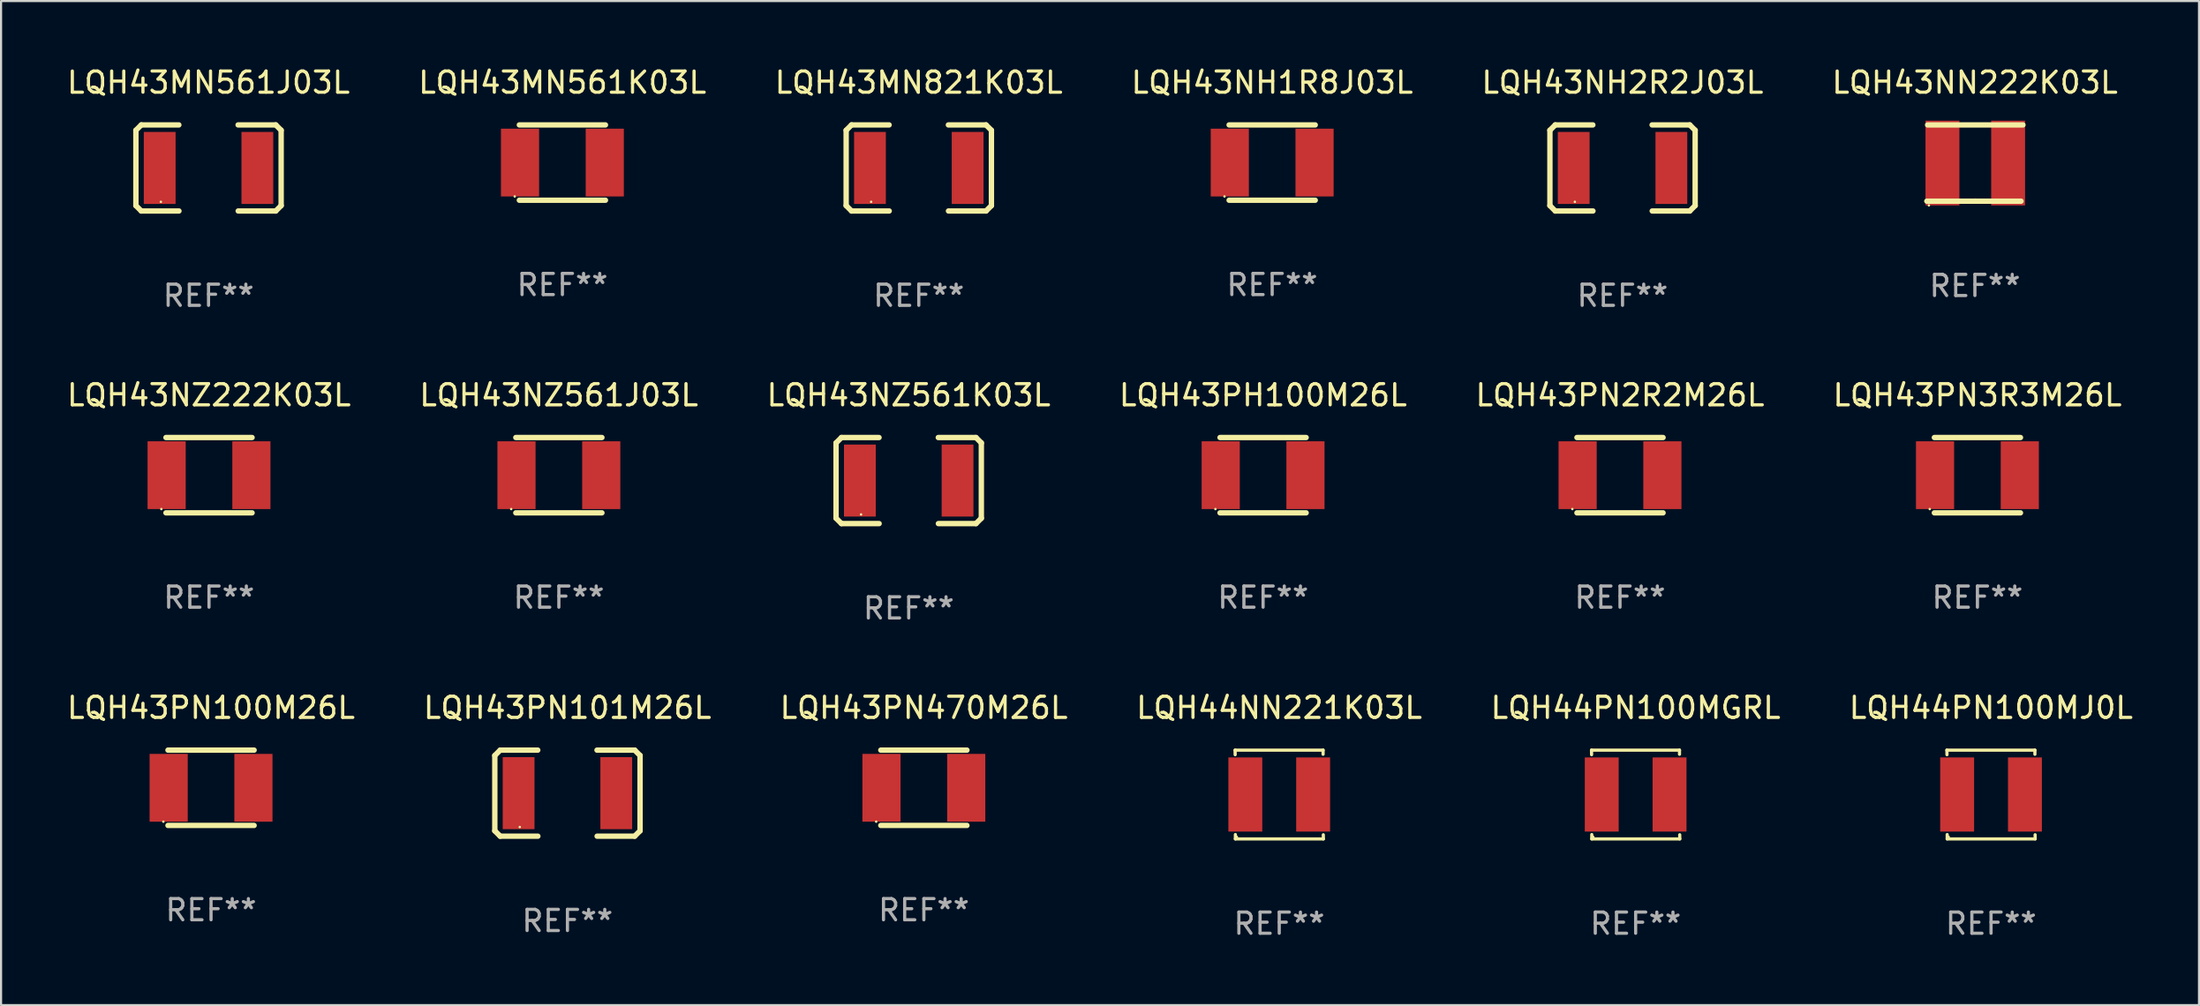
<source format=kicad_pcb>
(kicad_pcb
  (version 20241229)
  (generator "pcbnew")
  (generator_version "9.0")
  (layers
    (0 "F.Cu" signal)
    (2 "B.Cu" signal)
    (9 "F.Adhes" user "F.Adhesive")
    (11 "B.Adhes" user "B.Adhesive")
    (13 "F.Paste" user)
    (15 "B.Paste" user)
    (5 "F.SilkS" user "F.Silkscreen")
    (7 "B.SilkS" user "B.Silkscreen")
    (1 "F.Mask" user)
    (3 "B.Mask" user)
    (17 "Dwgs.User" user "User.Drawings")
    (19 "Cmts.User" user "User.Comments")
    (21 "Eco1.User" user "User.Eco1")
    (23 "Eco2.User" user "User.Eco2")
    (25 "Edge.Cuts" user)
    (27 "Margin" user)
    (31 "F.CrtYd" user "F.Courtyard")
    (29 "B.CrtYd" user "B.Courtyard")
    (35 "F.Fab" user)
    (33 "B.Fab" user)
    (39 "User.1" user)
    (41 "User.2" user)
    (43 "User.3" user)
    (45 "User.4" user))
  (footprint "LQH43PN100M26L"
    (layer "F.Cu")
    (at 6.911 34.147)
    (property "Reference" "LQH43PN100M26L" (at 0 -3.778 0) (layer "F.SilkS") (effects (font (size 1 1) (thickness 0.15))))
    (attr through_hole)
    (fp_line (start -2.032 -1.778) (end 2.032 -1.778) (stroke (width 0.254) (type solid)) (layer "F.SilkS"))
    (fp_line (start 2.032 1.778) (end -2.032 1.778) (stroke (width 0.254) (type solid)) (layer "F.SilkS"))
    (fp_circle (center -2.25 1.6) (end -2.22 1.6) (stroke (width 0.06) (type solid)) (fill no) (layer "F.SilkS"))
    (fp_text user "REF**" (at 0 5.778 0) (layer "F.Fab") (effects (font (size 1 1) (thickness 0.15))))
    (pad "1" smd rect (at -2 0) (size 1.8 3.2) (layers "F.Cu" "F.Mask" "F.Paste"))
    (pad "2" smd rect (at 2 0) (size 1.8 3.2) (layers "F.Cu" "F.Mask" "F.Paste")))
  (footprint "LQH43MN561J03L"
    (layer "F.Cu")
    (at 6.792 4.88)
    (property "Reference" "LQH43MN561J03L" (at 0 -4.032 0) (layer "F.SilkS") (effects (font (size 1 1) (thickness 0.15))))
    (attr through_hole)
    (fp_line (start -3.428 -1.778) (end -3.174 -2.032) (stroke (width 0.254) (type solid)) (layer "F.SilkS"))
    (fp_line (start -3.428 1.778) (end -3.428 -1.778) (stroke (width 0.254) (type solid)) (layer "F.SilkS"))
    (fp_line (start -3.174 -2.032) (end -1.401 -2.032) (stroke (width 0.254) (type solid)) (layer "F.SilkS"))
    (fp_line (start -3.174 2.032) (end -3.428 1.778) (stroke (width 0.254) (type solid)) (layer "F.SilkS"))
    (fp_line (start -1.396 2.032) (end -3.174 2.032) (stroke (width 0.254) (type solid)) (layer "F.SilkS"))
    (fp_line (start 1.396 -2.032) (end 3.174 -2.032) (stroke (width 0.254) (type solid)) (layer "F.SilkS"))
    (fp_line (start 3.174 -2.032) (end 3.428 -1.778) (stroke (width 0.254) (type solid)) (layer "F.SilkS"))
    (fp_line (start 3.174 2.032) (end 1.401 2.032) (stroke (width 0.254) (type solid)) (layer "F.SilkS"))
    (fp_line (start 3.428 -1.778) (end 3.428 1.778) (stroke (width 0.254) (type solid)) (layer "F.SilkS"))
    (fp_line (start 3.428 1.778) (end 3.174 2.032) (stroke (width 0.254) (type solid)) (layer "F.SilkS"))
    (fp_circle (center -2.25 1.6) (end -2.22 1.6) (stroke (width 0.06) (type solid)) (fill no) (layer "F.SilkS"))
    (fp_text user "REF**" (at 0 6.032 0) (layer "F.Fab") (effects (font (size 1 1) (thickness 0.15))))
    (pad "1" smd rect (at -2.305 0) (size 1.5 3.4) (layers "F.Cu" "F.Mask" "F.Paste"))
    (pad "2" smd rect (at 2.305 0) (size 1.5 3.4) (layers "F.Cu" "F.Mask" "F.Paste")))
  (footprint "LQH43PN470M26L"
    (layer "F.Cu")
    (at 40.554 34.147)
    (property "Reference" "LQH43PN470M26L" (at 0 -3.778 0) (layer "F.SilkS") (effects (font (size 1 1) (thickness 0.15))))
    (attr through_hole)
    (fp_line (start -2.032 -1.778) (end 2.032 -1.778) (stroke (width 0.254) (type solid)) (layer "F.SilkS"))
    (fp_line (start 2.032 1.778) (end -2.032 1.778) (stroke (width 0.254) (type solid)) (layer "F.SilkS"))
    (fp_circle (center -2.25 1.6) (end -2.22 1.6) (stroke (width 0.06) (type solid)) (fill no) (layer "F.SilkS"))
    (fp_text user "REF**" (at 0 5.778 0) (layer "F.Fab") (effects (font (size 1 1) (thickness 0.15))))
    (pad "1" smd rect (at -2 0) (size 1.8 3.2) (layers "F.Cu" "F.Mask" "F.Paste"))
    (pad "2" smd rect (at 2 0) (size 1.8 3.2) (layers "F.Cu" "F.Mask" "F.Paste")))
  (footprint "LQH43PN101M26L"
    (layer "F.Cu")
    (at 23.732 34.401)
    (property "Reference" "LQH43PN101M26L" (at 0 -4.032 0) (layer "F.SilkS") (effects (font (size 1 1) (thickness 0.15))))
    (attr through_hole)
    (fp_line (start -3.428 -1.778) (end -3.174 -2.032) (stroke (width 0.254) (type solid)) (layer "F.SilkS"))
    (fp_line (start -3.428 1.778) (end -3.428 -1.778) (stroke (width 0.254) (type solid)) (layer "F.SilkS"))
    (fp_line (start -3.174 -2.032) (end -1.401 -2.032) (stroke (width 0.254) (type solid)) (layer "F.SilkS"))
    (fp_line (start -3.174 2.032) (end -3.428 1.778) (stroke (width 0.254) (type solid)) (layer "F.SilkS"))
    (fp_line (start -1.396 2.032) (end -3.174 2.032) (stroke (width 0.254) (type solid)) (layer "F.SilkS"))
    (fp_line (start 1.396 -2.032) (end 3.174 -2.032) (stroke (width 0.254) (type solid)) (layer "F.SilkS"))
    (fp_line (start 3.174 -2.032) (end 3.428 -1.778) (stroke (width 0.254) (type solid)) (layer "F.SilkS"))
    (fp_line (start 3.174 2.032) (end 1.401 2.032) (stroke (width 0.254) (type solid)) (layer "F.SilkS"))
    (fp_line (start 3.428 -1.778) (end 3.428 1.778) (stroke (width 0.254) (type solid)) (layer "F.SilkS"))
    (fp_line (start 3.428 1.778) (end 3.174 2.032) (stroke (width 0.254) (type solid)) (layer "F.SilkS"))
    (fp_circle (center -2.25 1.6) (end -2.22 1.6) (stroke (width 0.06) (type solid)) (fill no) (layer "F.SilkS"))
    (fp_text user "REF**" (at 0 6.032 0) (layer "F.Fab") (effects (font (size 1 1) (thickness 0.15))))
    (pad "1" smd rect (at -2.305 0) (size 1.5 3.4) (layers "F.Cu" "F.Mask" "F.Paste"))
    (pad "2" smd rect (at 2.305 0) (size 1.5 3.4) (layers "F.Cu" "F.Mask" "F.Paste")))
  (footprint "LQH44NN221K03L"
    (layer "F.Cu")
    (at 57.327 34.465)
    (property "Reference" "LQH44NN221K03L" (at 0 -4.096 0) (layer "F.SilkS") (effects (font (size 1 1) (thickness 0.15))))
    (attr through_hole)
    (fp_line (start -2.083 -2.096) (end -2.08 -1.88) (stroke (width 0.15) (type solid)) (layer "F.SilkS"))
    (fp_line (start -2.07 1.89) (end -2.07 2.096) (stroke (width 0.15) (type solid)) (layer "F.SilkS"))
    (fp_line (start -2.07 2.096) (end 2.083 2.096) (stroke (width 0.15) (type solid)) (layer "F.SilkS"))
    (fp_line (start 2.07 -1.9) (end 2.07 -2.096) (stroke (width 0.15) (type solid)) (layer "F.SilkS"))
    (fp_line (start 2.07 -2.096) (end -2.083 -2.096) (stroke (width 0.15) (type solid)) (layer "F.SilkS"))
    (fp_line (start 2.083 2.096) (end 2.08 1.9) (stroke (width 0.15) (type solid)) (layer "F.SilkS"))
    (fp_circle (center -2 2) (end -1.97 2) (stroke (width 0.06) (type solid)) (fill no) (layer "F.SilkS"))
    (fp_text user "REF**" (at 0 6.096 0) (layer "F.Fab") (effects (font (size 1 1) (thickness 0.15))))
    (pad "1" smd rect (at -1.6 -0.000343) (size 1.6 3.5) (layers "F.Cu" "F.Mask" "F.Paste"))
    (pad "2" smd rect (at 1.6 -0.000343) (size 1.6 3.5) (layers "F.Cu" "F.Mask" "F.Paste")))
  (footprint "LQH43NN222K03L"
    (layer "F.Cu")
    (at 90.161 4.648)
    (property "Reference" "LQH43NN222K03L" (at 0 -3.8 0) (layer "F.SilkS") (effects (font (size 1 1) (thickness 0.15))))
    (attr through_hole)
    (fp_line (start 0.018 1.8) (end -2.268 1.8) (stroke (width 0.254) (type solid)) (layer "F.SilkS"))
    (fp_line (start 0.018 1.8) (end 2.177 1.8) (stroke (width 0.254) (type solid)) (layer "F.SilkS"))
    (fp_line (start 2.268 -1.8) (end -2.232 -1.8) (stroke (width 0.254) (type solid)) (layer "F.SilkS"))
    (fp_circle (center -2.172 2.001) (end -2.142 2.001) (stroke (width 0.06) (type solid)) (fill no) (layer "F.SilkS"))
    (fp_text user "REF**" (at 0 5.8 0) (layer "F.Fab") (effects (font (size 1 1) (thickness 0.15))))
    (pad "1" smd rect (at -1.532 0.000013) (size 1.6 4) (layers "F.Cu" "F.Mask" "F.Paste"))
    (pad "2" smd rect (at 1.568 0.000013) (size 1.6 4) (layers "F.Cu" "F.Mask" "F.Paste")))
  (footprint "LQH43MN821K03L"
    (layer "F.Cu")
    (at 40.315 4.88)
    (property "Reference" "LQH43MN821K03L" (at 0 -4.032 0) (layer "F.SilkS") (effects (font (size 1 1) (thickness 0.15))))
    (attr through_hole)
    (fp_line (start -3.428 -1.778) (end -3.174 -2.032) (stroke (width 0.254) (type solid)) (layer "F.SilkS"))
    (fp_line (start -3.428 1.778) (end -3.428 -1.778) (stroke (width 0.254) (type solid)) (layer "F.SilkS"))
    (fp_line (start -3.174 -2.032) (end -1.401 -2.032) (stroke (width 0.254) (type solid)) (layer "F.SilkS"))
    (fp_line (start -3.174 2.032) (end -3.428 1.778) (stroke (width 0.254) (type solid)) (layer "F.SilkS"))
    (fp_line (start -1.396 2.032) (end -3.174 2.032) (stroke (width 0.254) (type solid)) (layer "F.SilkS"))
    (fp_line (start 1.396 -2.032) (end 3.174 -2.032) (stroke (width 0.254) (type solid)) (layer "F.SilkS"))
    (fp_line (start 3.174 -2.032) (end 3.428 -1.778) (stroke (width 0.254) (type solid)) (layer "F.SilkS"))
    (fp_line (start 3.174 2.032) (end 1.401 2.032) (stroke (width 0.254) (type solid)) (layer "F.SilkS"))
    (fp_line (start 3.428 -1.778) (end 3.428 1.778) (stroke (width 0.254) (type solid)) (layer "F.SilkS"))
    (fp_line (start 3.428 1.778) (end 3.174 2.032) (stroke (width 0.254) (type solid)) (layer "F.SilkS"))
    (fp_circle (center -2.25 1.6) (end -2.22 1.6) (stroke (width 0.06) (type solid)) (fill no) (layer "F.SilkS"))
    (fp_text user "REF**" (at 0 6.032 0) (layer "F.Fab") (effects (font (size 1 1) (thickness 0.15))))
    (pad "1" smd rect (at -2.305 0) (size 1.5 3.4) (layers "F.Cu" "F.Mask" "F.Paste"))
    (pad "2" smd rect (at 2.305 0) (size 1.5 3.4) (layers "F.Cu" "F.Mask" "F.Paste")))
  (footprint "LQH43PH100M26L"
    (layer "F.Cu")
    (at 56.565 19.387)
    (property "Reference" "LQH43PH100M26L" (at 0 -3.778 0) (layer "F.SilkS") (effects (font (size 1 1) (thickness 0.15))))
    (attr through_hole)
    (fp_line (start -2.032 -1.778) (end 2.032 -1.778) (stroke (width 0.254) (type solid)) (layer "F.SilkS"))
    (fp_line (start 2.032 1.778) (end -2.032 1.778) (stroke (width 0.254) (type solid)) (layer "F.SilkS"))
    (fp_circle (center -2.25 1.6) (end -2.22 1.6) (stroke (width 0.06) (type solid)) (fill no) (layer "F.SilkS"))
    (fp_text user "REF**" (at 0 5.778 0) (layer "F.Fab") (effects (font (size 1 1) (thickness 0.15))))
    (pad "1" smd rect (at -2 0) (size 1.8 3.2) (layers "F.Cu" "F.Mask" "F.Paste"))
    (pad "2" smd rect (at 2 0) (size 1.8 3.2) (layers "F.Cu" "F.Mask" "F.Paste")))
  (footprint "LQH43NZ222K03L"
    (layer "F.Cu")
    (at 6.815 19.387)
    (property "Reference" "LQH43NZ222K03L" (at 0 -3.778 0) (layer "F.SilkS") (effects (font (size 1 1) (thickness 0.15))))
    (attr through_hole)
    (fp_line (start -2.032 -1.778) (end 2.032 -1.778) (stroke (width 0.254) (type solid)) (layer "F.SilkS"))
    (fp_line (start 2.032 1.778) (end -2.032 1.778) (stroke (width 0.254) (type solid)) (layer "F.SilkS"))
    (fp_circle (center -2.25 1.6) (end -2.22 1.6) (stroke (width 0.06) (type solid)) (fill no) (layer "F.SilkS"))
    (fp_text user "REF**" (at 0 5.778 0) (layer "F.Fab") (effects (font (size 1 1) (thickness 0.15))))
    (pad "1" smd rect (at -2 0) (size 1.8 3.2) (layers "F.Cu" "F.Mask" "F.Paste"))
    (pad "2" smd rect (at 2 0) (size 1.8 3.2) (layers "F.Cu" "F.Mask" "F.Paste")))
  (footprint "LQH43NH2R2J03L"
    (layer "F.Cu")
    (at 73.53 4.88)
    (property "Reference" "LQH43NH2R2J03L" (at 0 -4.032 0) (layer "F.SilkS") (effects (font (size 1 1) (thickness 0.15))))
    (attr through_hole)
    (fp_line (start -3.428 -1.778) (end -3.174 -2.032) (stroke (width 0.254) (type solid)) (layer "F.SilkS"))
    (fp_line (start -3.428 1.778) (end -3.428 -1.778) (stroke (width 0.254) (type solid)) (layer "F.SilkS"))
    (fp_line (start -3.174 -2.032) (end -1.401 -2.032) (stroke (width 0.254) (type solid)) (layer "F.SilkS"))
    (fp_line (start -3.174 2.032) (end -3.428 1.778) (stroke (width 0.254) (type solid)) (layer "F.SilkS"))
    (fp_line (start -1.396 2.032) (end -3.174 2.032) (stroke (width 0.254) (type solid)) (layer "F.SilkS"))
    (fp_line (start 1.396 -2.032) (end 3.174 -2.032) (stroke (width 0.254) (type solid)) (layer "F.SilkS"))
    (fp_line (start 3.174 -2.032) (end 3.428 -1.778) (stroke (width 0.254) (type solid)) (layer "F.SilkS"))
    (fp_line (start 3.174 2.032) (end 1.401 2.032) (stroke (width 0.254) (type solid)) (layer "F.SilkS"))
    (fp_line (start 3.428 -1.778) (end 3.428 1.778) (stroke (width 0.254) (type solid)) (layer "F.SilkS"))
    (fp_line (start 3.428 1.778) (end 3.174 2.032) (stroke (width 0.254) (type solid)) (layer "F.SilkS"))
    (fp_circle (center -2.25 1.6) (end -2.22 1.6) (stroke (width 0.06) (type solid)) (fill no) (layer "F.SilkS"))
    (fp_text user "REF**" (at 0 6.032 0) (layer "F.Fab") (effects (font (size 1 1) (thickness 0.15))))
    (pad "1" smd rect (at -2.305 0) (size 1.5 3.4) (layers "F.Cu" "F.Mask" "F.Paste"))
    (pad "2" smd rect (at 2.305 0) (size 1.5 3.4) (layers "F.Cu" "F.Mask" "F.Paste")))
  (footprint "LQH43NH1R8J03L"
    (layer "F.Cu")
    (at 56.994 4.626)
    (property "Reference" "LQH43NH1R8J03L" (at 0 -3.778 0) (layer "F.SilkS") (effects (font (size 1 1) (thickness 0.15))))
    (attr through_hole)
    (fp_line (start -2.032 -1.778) (end 2.032 -1.778) (stroke (width 0.254) (type solid)) (layer "F.SilkS"))
    (fp_line (start 2.032 1.778) (end -2.032 1.778) (stroke (width 0.254) (type solid)) (layer "F.SilkS"))
    (fp_circle (center -2.25 1.6) (end -2.22 1.6) (stroke (width 0.06) (type solid)) (fill no) (layer "F.SilkS"))
    (fp_text user "REF**" (at 0 5.778 0) (layer "F.Fab") (effects (font (size 1 1) (thickness 0.15))))
    (pad "1" smd rect (at -2 0) (size 1.8 3.2) (layers "F.Cu" "F.Mask" "F.Paste"))
    (pad "2" smd rect (at 2 0) (size 1.8 3.2) (layers "F.Cu" "F.Mask" "F.Paste")))
  (footprint "LQH43PN3R3M26L"
    (layer "F.Cu")
    (at 90.28 19.387)
    (property "Reference" "LQH43PN3R3M26L" (at 0 -3.778 0) (layer "F.SilkS") (effects (font (size 1 1) (thickness 0.15))))
    (attr through_hole)
    (fp_line (start -2.032 -1.778) (end 2.032 -1.778) (stroke (width 0.254) (type solid)) (layer "F.SilkS"))
    (fp_line (start 2.032 1.778) (end -2.032 1.778) (stroke (width 0.254) (type solid)) (layer "F.SilkS"))
    (fp_circle (center -2.25 1.6) (end -2.22 1.6) (stroke (width 0.06) (type solid)) (fill no) (layer "F.SilkS"))
    (fp_text user "REF**" (at 0 5.778 0) (layer "F.Fab") (effects (font (size 1 1) (thickness 0.15))))
    (pad "1" smd rect (at -2 0) (size 1.8 3.2) (layers "F.Cu" "F.Mask" "F.Paste"))
    (pad "2" smd rect (at 2 0) (size 1.8 3.2) (layers "F.Cu" "F.Mask" "F.Paste")))
  (footprint "LQH43NZ561K03L"
    (layer "F.Cu")
    (at 39.839 19.641)
    (property "Reference" "LQH43NZ561K03L" (at 0 -4.032 0) (layer "F.SilkS") (effects (font (size 1 1) (thickness 0.15))))
    (attr through_hole)
    (fp_line (start -3.428 -1.778) (end -3.174 -2.032) (stroke (width 0.254) (type solid)) (layer "F.SilkS"))
    (fp_line (start -3.428 1.778) (end -3.428 -1.778) (stroke (width 0.254) (type solid)) (layer "F.SilkS"))
    (fp_line (start -3.174 -2.032) (end -1.401 -2.032) (stroke (width 0.254) (type solid)) (layer "F.SilkS"))
    (fp_line (start -3.174 2.032) (end -3.428 1.778) (stroke (width 0.254) (type solid)) (layer "F.SilkS"))
    (fp_line (start -1.396 2.032) (end -3.174 2.032) (stroke (width 0.254) (type solid)) (layer "F.SilkS"))
    (fp_line (start 1.396 -2.032) (end 3.174 -2.032) (stroke (width 0.254) (type solid)) (layer "F.SilkS"))
    (fp_line (start 3.174 -2.032) (end 3.428 -1.778) (stroke (width 0.254) (type solid)) (layer "F.SilkS"))
    (fp_line (start 3.174 2.032) (end 1.401 2.032) (stroke (width 0.254) (type solid)) (layer "F.SilkS"))
    (fp_line (start 3.428 -1.778) (end 3.428 1.778) (stroke (width 0.254) (type solid)) (layer "F.SilkS"))
    (fp_line (start 3.428 1.778) (end 3.174 2.032) (stroke (width 0.254) (type solid)) (layer "F.SilkS"))
    (fp_circle (center -2.25 1.6) (end -2.22 1.6) (stroke (width 0.06) (type solid)) (fill no) (layer "F.SilkS"))
    (fp_text user "REF**" (at 0 6.032 0) (layer "F.Fab") (effects (font (size 1 1) (thickness 0.15))))
    (pad "1" smd rect (at -2.305 0) (size 1.5 3.4) (layers "F.Cu" "F.Mask" "F.Paste"))
    (pad "2" smd rect (at 2.305 0) (size 1.5 3.4) (layers "F.Cu" "F.Mask" "F.Paste")))
  (footprint "LQH43MN561K03L"
    (layer "F.Cu")
    (at 23.494 4.626)
    (property "Reference" "LQH43MN561K03L" (at 0 -3.778 0) (layer "F.SilkS") (effects (font (size 1 1) (thickness 0.15))))
    (attr through_hole)
    (fp_line (start -2.032 -1.778) (end 2.032 -1.778) (stroke (width 0.254) (type solid)) (layer "F.SilkS"))
    (fp_line (start 2.032 1.778) (end -2.032 1.778) (stroke (width 0.254) (type solid)) (layer "F.SilkS"))
    (fp_circle (center -2.25 1.6) (end -2.22 1.6) (stroke (width 0.06) (type solid)) (fill no) (layer "F.SilkS"))
    (fp_text user "REF**" (at 0 5.778 0) (layer "F.Fab") (effects (font (size 1 1) (thickness 0.15))))
    (pad "1" smd rect (at -2 0) (size 1.8 3.2) (layers "F.Cu" "F.Mask" "F.Paste"))
    (pad "2" smd rect (at 2 0) (size 1.8 3.2) (layers "F.Cu" "F.Mask" "F.Paste")))
  (footprint "LQH43NZ561J03L"
    (layer "F.Cu")
    (at 23.327 19.387)
    (property "Reference" "LQH43NZ561J03L" (at 0 -3.778 0) (layer "F.SilkS") (effects (font (size 1 1) (thickness 0.15))))
    (attr through_hole)
    (fp_line (start -2.032 -1.778) (end 2.032 -1.778) (stroke (width 0.254) (type solid)) (layer "F.SilkS"))
    (fp_line (start 2.032 1.778) (end -2.032 1.778) (stroke (width 0.254) (type solid)) (layer "F.SilkS"))
    (fp_circle (center -2.25 1.6) (end -2.22 1.6) (stroke (width 0.06) (type solid)) (fill no) (layer "F.SilkS"))
    (fp_text user "REF**" (at 0 5.778 0) (layer "F.Fab") (effects (font (size 1 1) (thickness 0.15))))
    (pad "1" smd rect (at -2 0) (size 1.8 3.2) (layers "F.Cu" "F.Mask" "F.Paste"))
    (pad "2" smd rect (at 2 0) (size 1.8 3.2) (layers "F.Cu" "F.Mask" "F.Paste")))
  (footprint "LQH43PN2R2M26L"
    (layer "F.Cu")
    (at 73.411 19.387)
    (property "Reference" "LQH43PN2R2M26L" (at 0 -3.778 0) (layer "F.SilkS") (effects (font (size 1 1) (thickness 0.15))))
    (attr through_hole)
    (fp_line (start -2.032 -1.778) (end 2.032 -1.778) (stroke (width 0.254) (type solid)) (layer "F.SilkS"))
    (fp_line (start 2.032 1.778) (end -2.032 1.778) (stroke (width 0.254) (type solid)) (layer "F.SilkS"))
    (fp_circle (center -2.25 1.6) (end -2.22 1.6) (stroke (width 0.06) (type solid)) (fill no) (layer "F.SilkS"))
    (fp_text user "REF**" (at 0 5.778 0) (layer "F.Fab") (effects (font (size 1 1) (thickness 0.15))))
    (pad "1" smd rect (at -2 0) (size 1.8 3.2) (layers "F.Cu" "F.Mask" "F.Paste"))
    (pad "2" smd rect (at 2 0) (size 1.8 3.2) (layers "F.Cu" "F.Mask" "F.Paste")))
  (footprint "LQH44PN100MJ0L"
    (layer "F.Cu")
    (at 90.923 34.465)
    (property "Reference" "LQH44PN100MJ0L" (at 0 -4.096 0) (layer "F.SilkS") (effects (font (size 1 1) (thickness 0.15))))
    (attr through_hole)
    (fp_line (start -2.083 -2.096) (end -2.08 -1.88) (stroke (width 0.15) (type solid)) (layer "F.SilkS"))
    (fp_line (start -2.07 1.89) (end -2.07 2.096) (stroke (width 0.15) (type solid)) (layer "F.SilkS"))
    (fp_line (start -2.07 2.096) (end 2.083 2.096) (stroke (width 0.15) (type solid)) (layer "F.SilkS"))
    (fp_line (start 2.07 -1.9) (end 2.07 -2.096) (stroke (width 0.15) (type solid)) (layer "F.SilkS"))
    (fp_line (start 2.07 -2.096) (end -2.083 -2.096) (stroke (width 0.15) (type solid)) (layer "F.SilkS"))
    (fp_line (start 2.083 2.096) (end 2.08 1.9) (stroke (width 0.15) (type solid)) (layer "F.SilkS"))
    (fp_circle (center -2 2) (end -1.97 2) (stroke (width 0.06) (type solid)) (fill no) (layer "F.SilkS"))
    (fp_text user "REF**" (at 0 6.096 0) (layer "F.Fab") (effects (font (size 1 1) (thickness 0.15))))
    (pad "1" smd rect (at -1.6 -0.000343) (size 1.6 3.5) (layers "F.Cu" "F.Mask" "F.Paste"))
    (pad "2" smd rect (at 1.6 -0.000343) (size 1.6 3.5) (layers "F.Cu" "F.Mask" "F.Paste")))
  (footprint "LQH44PN100MGRL"
    (layer "F.Cu")
    (at 74.149 34.465)
    (property "Reference" "LQH44PN100MGRL" (at 0 -4.096 0) (layer "F.SilkS") (effects (font (size 1 1) (thickness 0.15))))
    (attr through_hole)
    (fp_line (start -2.083 -2.096) (end -2.08 -1.88) (stroke (width 0.15) (type solid)) (layer "F.SilkS"))
    (fp_line (start -2.07 1.89) (end -2.07 2.096) (stroke (width 0.15) (type solid)) (layer "F.SilkS"))
    (fp_line (start -2.07 2.096) (end 2.083 2.096) (stroke (width 0.15) (type solid)) (layer "F.SilkS"))
    (fp_line (start 2.07 -1.9) (end 2.07 -2.096) (stroke (width 0.15) (type solid)) (layer "F.SilkS"))
    (fp_line (start 2.07 -2.096) (end -2.083 -2.096) (stroke (width 0.15) (type solid)) (layer "F.SilkS"))
    (fp_line (start 2.083 2.096) (end 2.08 1.9) (stroke (width 0.15) (type solid)) (layer "F.SilkS"))
    (fp_circle (center -2 2) (end -1.97 2) (stroke (width 0.06) (type solid)) (fill no) (layer "F.SilkS"))
    (fp_text user "REF**" (at 0 6.096 0) (layer "F.Fab") (effects (font (size 1 1) (thickness 0.15))))
    (pad "1" smd rect (at -1.6 -0.000343) (size 1.6 3.5) (layers "F.Cu" "F.Mask" "F.Paste"))
    (pad "2" smd rect (at 1.6 -0.000343) (size 1.6 3.5) (layers "F.Cu" "F.Mask" "F.Paste")))
  (gr_rect
    (start -3 -3)
    (end 100.738 44.409)
    (stroke (width 0.1) (type default))
    (fill no)
    (layer "Edge.Cuts")))
</source>
